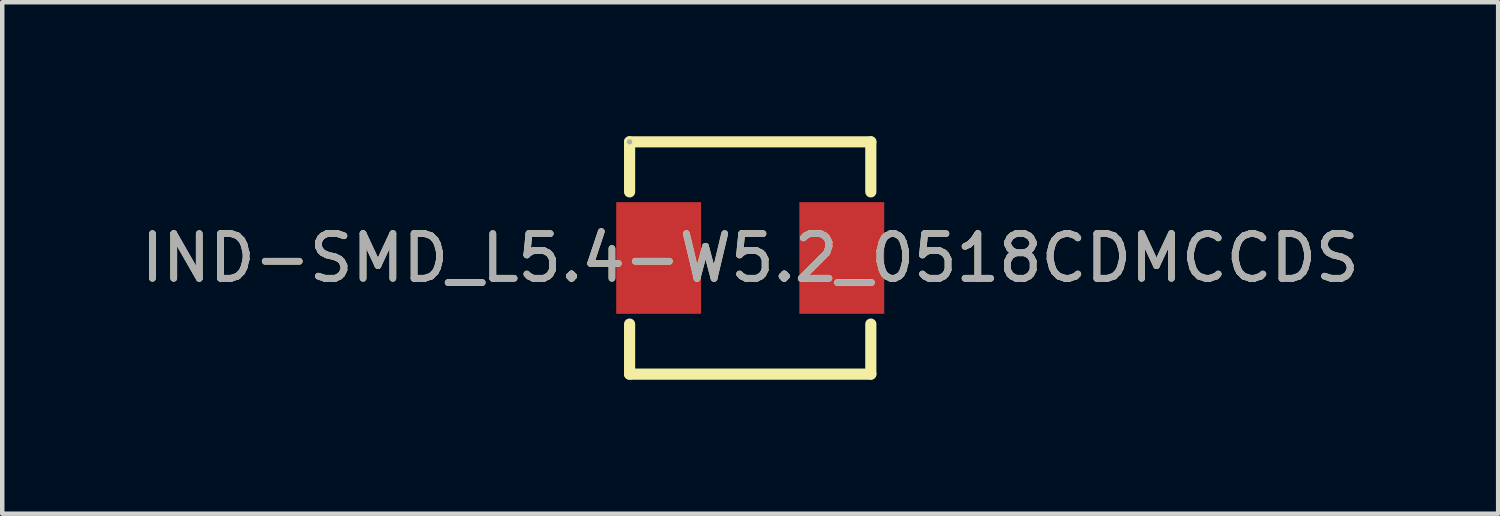
<source format=kicad_pcb>
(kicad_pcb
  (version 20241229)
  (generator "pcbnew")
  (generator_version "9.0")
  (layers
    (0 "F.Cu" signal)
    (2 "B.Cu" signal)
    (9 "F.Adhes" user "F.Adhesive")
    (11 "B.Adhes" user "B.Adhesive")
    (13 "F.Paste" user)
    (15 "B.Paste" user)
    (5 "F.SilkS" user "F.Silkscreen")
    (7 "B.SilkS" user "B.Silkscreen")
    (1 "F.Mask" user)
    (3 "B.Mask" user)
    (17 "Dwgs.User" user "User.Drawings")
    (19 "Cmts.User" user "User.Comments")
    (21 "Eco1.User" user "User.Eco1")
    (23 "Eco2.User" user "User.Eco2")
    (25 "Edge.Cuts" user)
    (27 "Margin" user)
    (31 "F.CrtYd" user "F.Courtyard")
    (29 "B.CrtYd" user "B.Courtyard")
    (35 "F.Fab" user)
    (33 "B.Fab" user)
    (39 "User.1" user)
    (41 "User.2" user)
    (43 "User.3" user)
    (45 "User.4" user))
  (footprint "IND-SMD_L5.4-W5.2_0518CDMCCDS"
    (layer "F.Cu")
    (at 13.744 2.725)
    (property "Reference" "IND-SMD_L5.4-W5.2_0518CDMCCDS" (at 0 0 0) (layer "F.SilkS") (effects (font (size 1 1) (thickness 0.15))))
    (attr smd)
    (fp_line (start -2.7 -2.6) (end 2.7 -2.6) (stroke (width 0.25) (type solid)) (layer "F.SilkS"))
    (fp_line (start -2.7 -1.48) (end -2.7 -2.6) (stroke (width 0.25) (type solid)) (layer "F.SilkS"))
    (fp_line (start -2.7 2.6) (end -2.7 1.48) (stroke (width 0.25) (type solid)) (layer "F.SilkS"))
    (fp_line (start 2.7 -2.6) (end 2.7 -1.48) (stroke (width 0.25) (type solid)) (layer "F.SilkS"))
    (fp_line (start 2.7 1.48) (end 2.7 2.6) (stroke (width 0.25) (type solid)) (layer "F.SilkS"))
    (fp_line (start 2.7 2.6) (end -2.7 2.6) (stroke (width 0.25) (type solid)) (layer "F.SilkS"))
    (fp_circle (center -2.7 -2.6) (end -2.67 -2.6) (stroke (width 0.06) (type solid)) (fill no) (layer "F.Fab"))
    (fp_text user "${REFERENCE}" (at 0 0 0) (layer "F.Fab") (effects (font (size 1 1) (thickness 0.15))))
    (pad "1" smd rect (at -2.05 0) (size 1.9 2.5) (layers "F.Cu" "F.Mask" "F.Paste"))
    (pad "2" smd rect (at 2.05 0) (size 1.9 2.5) (layers "F.Cu" "F.Mask" "F.Paste")))
  (gr_rect
    (start -3 -3)
    (end 30.488 8.45)
    (stroke (width 0.1) (type default))
    (fill no)
    (layer "Edge.Cuts")))
</source>
